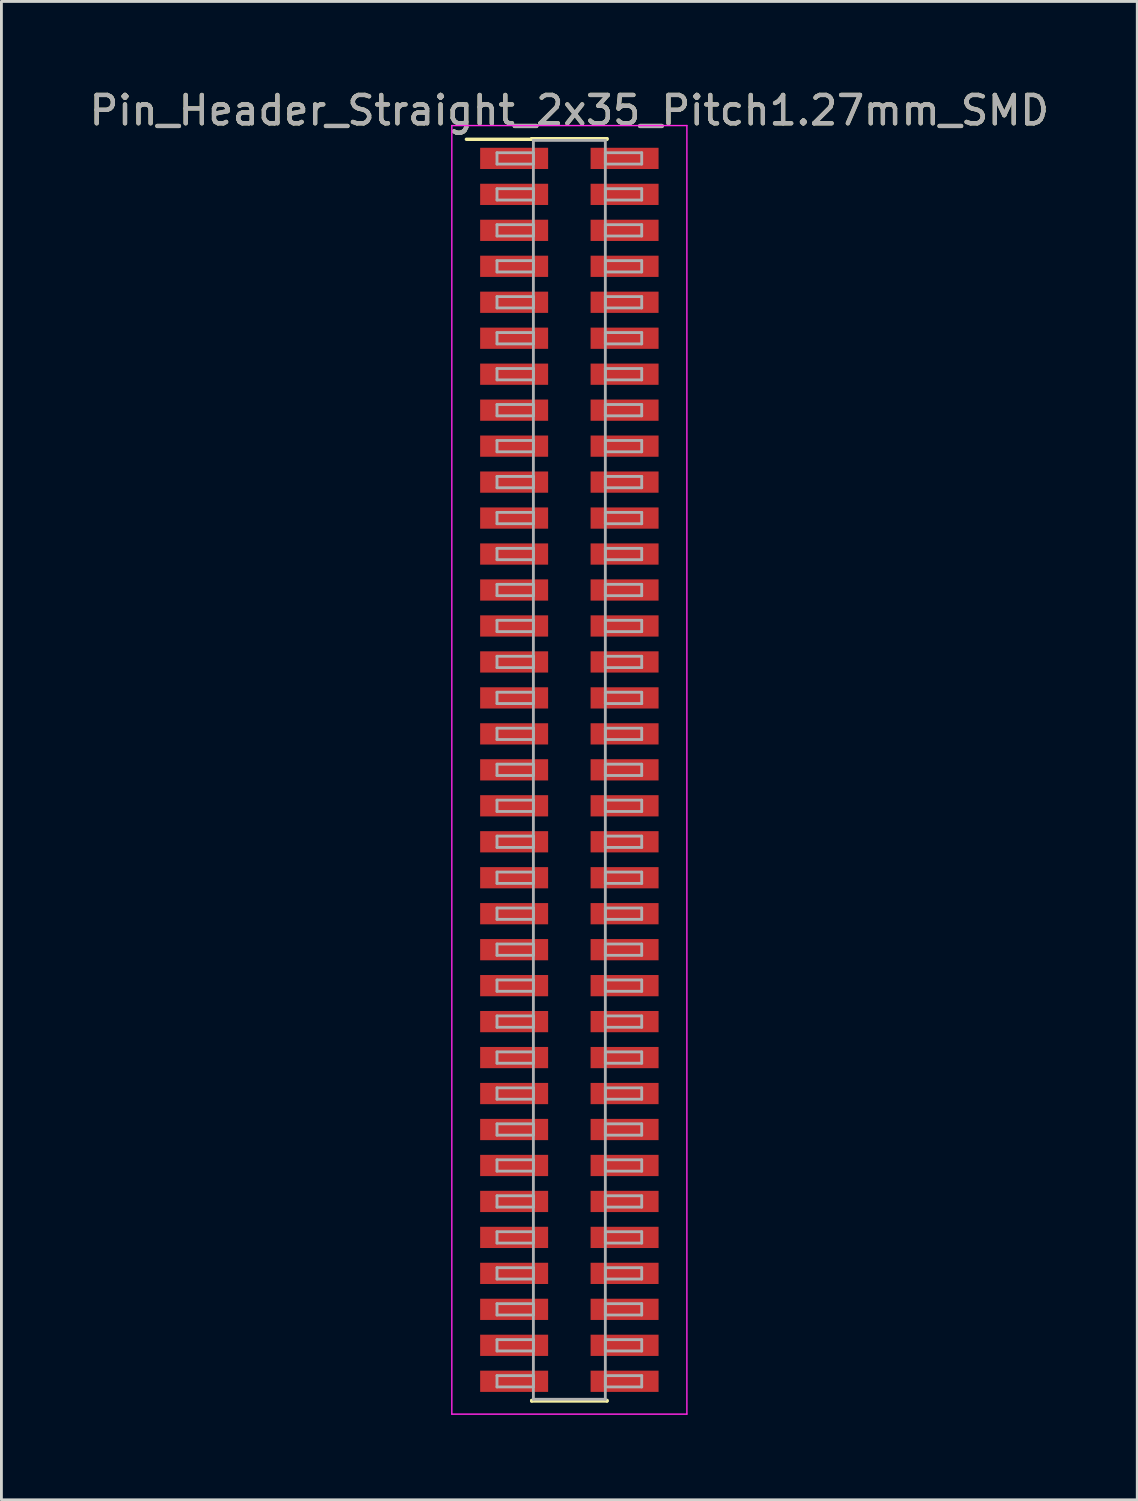
<source format=kicad_pcb>
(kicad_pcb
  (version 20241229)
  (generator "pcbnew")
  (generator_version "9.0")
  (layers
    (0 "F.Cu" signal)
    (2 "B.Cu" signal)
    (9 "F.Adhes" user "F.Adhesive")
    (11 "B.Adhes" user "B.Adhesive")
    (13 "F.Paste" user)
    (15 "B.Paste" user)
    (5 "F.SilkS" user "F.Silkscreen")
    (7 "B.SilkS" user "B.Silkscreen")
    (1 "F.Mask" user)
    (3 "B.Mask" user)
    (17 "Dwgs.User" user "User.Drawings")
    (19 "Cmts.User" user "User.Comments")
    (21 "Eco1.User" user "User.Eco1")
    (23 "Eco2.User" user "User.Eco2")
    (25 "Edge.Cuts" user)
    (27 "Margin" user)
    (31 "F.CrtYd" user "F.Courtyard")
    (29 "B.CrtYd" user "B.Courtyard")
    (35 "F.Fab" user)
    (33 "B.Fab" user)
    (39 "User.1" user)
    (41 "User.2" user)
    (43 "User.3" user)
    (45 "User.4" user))
  (footprint "Pin_Header_Straight_2x35_Pitch1.27mm_SMD"
    (layer "F.Cu")
    (at 17.054 24.133)
    (property "Reference" "Pin_Header_Straight_2x35_Pitch1.27mm_SMD" (at 0 -23.285 0) (layer "F.SilkS") (effects (font (size 1 1) (thickness 0.15))))
    (attr smd)
    (fp_line (start -3.635 -22.265) (end -1.33 -22.265) (stroke (width 0.12) (type solid)) (layer "F.SilkS"))
    (fp_line (start -1.33 -22.285) (end 1.33 -22.285) (stroke (width 0.12) (type solid)) (layer "F.SilkS"))
    (fp_line (start -1.33 -22.265) (end -1.33 -22.285) (stroke (width 0.12) (type solid)) (layer "F.SilkS"))
    (fp_line (start -1.33 22.265) (end -1.33 22.285) (stroke (width 0.12) (type solid)) (layer "F.SilkS"))
    (fp_line (start -1.33 22.285) (end 1.33 22.285) (stroke (width 0.12) (type solid)) (layer "F.SilkS"))
    (fp_line (start 1.33 -22.285) (end 1.33 -22.265) (stroke (width 0.12) (type solid)) (layer "F.SilkS"))
    (fp_line (start 1.33 22.285) (end 1.33 22.265) (stroke (width 0.12) (type solid)) (layer "F.SilkS"))
    (fp_line (start -4.15 -22.75) (end -4.15 22.75) (stroke (width 0.05) (type solid)) (layer "F.CrtYd"))
    (fp_line (start -4.15 22.75) (end 4.15 22.75) (stroke (width 0.05) (type solid)) (layer "F.CrtYd"))
    (fp_line (start 4.15 -22.75) (end -4.15 -22.75) (stroke (width 0.05) (type solid)) (layer "F.CrtYd"))
    (fp_line (start 4.15 22.75) (end 4.15 -22.75) (stroke (width 0.05) (type solid)) (layer "F.CrtYd"))
    (fp_line (start -2.555 -21.79) (end -1.27 -21.79) (stroke (width 0.1) (type solid)) (layer "F.Fab"))
    (fp_line (start -2.555 -21.39) (end -2.555 -21.79) (stroke (width 0.1) (type solid)) (layer "F.Fab"))
    (fp_line (start -2.555 -20.52) (end -1.27 -20.52) (stroke (width 0.1) (type solid)) (layer "F.Fab"))
    (fp_line (start -2.555 -20.12) (end -2.555 -20.52) (stroke (width 0.1) (type solid)) (layer "F.Fab"))
    (fp_line (start -2.555 -19.25) (end -1.27 -19.25) (stroke (width 0.1) (type solid)) (layer "F.Fab"))
    (fp_line (start -2.555 -18.85) (end -2.555 -19.25) (stroke (width 0.1) (type solid)) (layer "F.Fab"))
    (fp_line (start -2.555 -17.98) (end -1.27 -17.98) (stroke (width 0.1) (type solid)) (layer "F.Fab"))
    (fp_line (start -2.555 -17.58) (end -2.555 -17.98) (stroke (width 0.1) (type solid)) (layer "F.Fab"))
    (fp_line (start -2.555 -16.71) (end -1.27 -16.71) (stroke (width 0.1) (type solid)) (layer "F.Fab"))
    (fp_line (start -2.555 -16.31) (end -2.555 -16.71) (stroke (width 0.1) (type solid)) (layer "F.Fab"))
    (fp_line (start -2.555 -15.44) (end -1.27 -15.44) (stroke (width 0.1) (type solid)) (layer "F.Fab"))
    (fp_line (start -2.555 -15.04) (end -2.555 -15.44) (stroke (width 0.1) (type solid)) (layer "F.Fab"))
    (fp_line (start -2.555 -14.17) (end -1.27 -14.17) (stroke (width 0.1) (type solid)) (layer "F.Fab"))
    (fp_line (start -2.555 -13.77) (end -2.555 -14.17) (stroke (width 0.1) (type solid)) (layer "F.Fab"))
    (fp_line (start -2.555 -12.9) (end -1.27 -12.9) (stroke (width 0.1) (type solid)) (layer "F.Fab"))
    (fp_line (start -2.555 -12.5) (end -2.555 -12.9) (stroke (width 0.1) (type solid)) (layer "F.Fab"))
    (fp_line (start -2.555 -11.63) (end -1.27 -11.63) (stroke (width 0.1) (type solid)) (layer "F.Fab"))
    (fp_line (start -2.555 -11.23) (end -2.555 -11.63) (stroke (width 0.1) (type solid)) (layer "F.Fab"))
    (fp_line (start -2.555 -10.36) (end -1.27 -10.36) (stroke (width 0.1) (type solid)) (layer "F.Fab"))
    (fp_line (start -2.555 -9.96) (end -2.555 -10.36) (stroke (width 0.1) (type solid)) (layer "F.Fab"))
    (fp_line (start -2.555 -9.09) (end -1.27 -9.09) (stroke (width 0.1) (type solid)) (layer "F.Fab"))
    (fp_line (start -2.555 -8.69) (end -2.555 -9.09) (stroke (width 0.1) (type solid)) (layer "F.Fab"))
    (fp_line (start -2.555 -7.82) (end -1.27 -7.82) (stroke (width 0.1) (type solid)) (layer "F.Fab"))
    (fp_line (start -2.555 -7.42) (end -2.555 -7.82) (stroke (width 0.1) (type solid)) (layer "F.Fab"))
    (fp_line (start -2.555 -6.55) (end -1.27 -6.55) (stroke (width 0.1) (type solid)) (layer "F.Fab"))
    (fp_line (start -2.555 -6.15) (end -2.555 -6.55) (stroke (width 0.1) (type solid)) (layer "F.Fab"))
    (fp_line (start -2.555 -5.28) (end -1.27 -5.28) (stroke (width 0.1) (type solid)) (layer "F.Fab"))
    (fp_line (start -2.555 -4.88) (end -2.555 -5.28) (stroke (width 0.1) (type solid)) (layer "F.Fab"))
    (fp_line (start -2.555 -4.01) (end -1.27 -4.01) (stroke (width 0.1) (type solid)) (layer "F.Fab"))
    (fp_line (start -2.555 -3.61) (end -2.555 -4.01) (stroke (width 0.1) (type solid)) (layer "F.Fab"))
    (fp_line (start -2.555 -2.74) (end -1.27 -2.74) (stroke (width 0.1) (type solid)) (layer "F.Fab"))
    (fp_line (start -2.555 -2.34) (end -2.555 -2.74) (stroke (width 0.1) (type solid)) (layer "F.Fab"))
    (fp_line (start -2.555 -1.47) (end -1.27 -1.47) (stroke (width 0.1) (type solid)) (layer "F.Fab"))
    (fp_line (start -2.555 -1.07) (end -2.555 -1.47) (stroke (width 0.1) (type solid)) (layer "F.Fab"))
    (fp_line (start -2.555 -0.2) (end -1.27 -0.2) (stroke (width 0.1) (type solid)) (layer "F.Fab"))
    (fp_line (start -2.555 0.2) (end -2.555 -0.2) (stroke (width 0.1) (type solid)) (layer "F.Fab"))
    (fp_line (start -2.555 1.07) (end -1.27 1.07) (stroke (width 0.1) (type solid)) (layer "F.Fab"))
    (fp_line (start -2.555 1.47) (end -2.555 1.07) (stroke (width 0.1) (type solid)) (layer "F.Fab"))
    (fp_line (start -2.555 2.34) (end -1.27 2.34) (stroke (width 0.1) (type solid)) (layer "F.Fab"))
    (fp_line (start -2.555 2.74) (end -2.555 2.34) (stroke (width 0.1) (type solid)) (layer "F.Fab"))
    (fp_line (start -2.555 3.61) (end -1.27 3.61) (stroke (width 0.1) (type solid)) (layer "F.Fab"))
    (fp_line (start -2.555 4.01) (end -2.555 3.61) (stroke (width 0.1) (type solid)) (layer "F.Fab"))
    (fp_line (start -2.555 4.88) (end -1.27 4.88) (stroke (width 0.1) (type solid)) (layer "F.Fab"))
    (fp_line (start -2.555 5.28) (end -2.555 4.88) (stroke (width 0.1) (type solid)) (layer "F.Fab"))
    (fp_line (start -2.555 6.15) (end -1.27 6.15) (stroke (width 0.1) (type solid)) (layer "F.Fab"))
    (fp_line (start -2.555 6.55) (end -2.555 6.15) (stroke (width 0.1) (type solid)) (layer "F.Fab"))
    (fp_line (start -2.555 7.42) (end -1.27 7.42) (stroke (width 0.1) (type solid)) (layer "F.Fab"))
    (fp_line (start -2.555 7.82) (end -2.555 7.42) (stroke (width 0.1) (type solid)) (layer "F.Fab"))
    (fp_line (start -2.555 8.69) (end -1.27 8.69) (stroke (width 0.1) (type solid)) (layer "F.Fab"))
    (fp_line (start -2.555 9.09) (end -2.555 8.69) (stroke (width 0.1) (type solid)) (layer "F.Fab"))
    (fp_line (start -2.555 9.96) (end -1.27 9.96) (stroke (width 0.1) (type solid)) (layer "F.Fab"))
    (fp_line (start -2.555 10.36) (end -2.555 9.96) (stroke (width 0.1) (type solid)) (layer "F.Fab"))
    (fp_line (start -2.555 11.23) (end -1.27 11.23) (stroke (width 0.1) (type solid)) (layer "F.Fab"))
    (fp_line (start -2.555 11.63) (end -2.555 11.23) (stroke (width 0.1) (type solid)) (layer "F.Fab"))
    (fp_line (start -2.555 12.5) (end -1.27 12.5) (stroke (width 0.1) (type solid)) (layer "F.Fab"))
    (fp_line (start -2.555 12.9) (end -2.555 12.5) (stroke (width 0.1) (type solid)) (layer "F.Fab"))
    (fp_line (start -2.555 13.77) (end -1.27 13.77) (stroke (width 0.1) (type solid)) (layer "F.Fab"))
    (fp_line (start -2.555 14.17) (end -2.555 13.77) (stroke (width 0.1) (type solid)) (layer "F.Fab"))
    (fp_line (start -2.555 15.04) (end -1.27 15.04) (stroke (width 0.1) (type solid)) (layer "F.Fab"))
    (fp_line (start -2.555 15.44) (end -2.555 15.04) (stroke (width 0.1) (type solid)) (layer "F.Fab"))
    (fp_line (start -2.555 16.31) (end -1.27 16.31) (stroke (width 0.1) (type solid)) (layer "F.Fab"))
    (fp_line (start -2.555 16.71) (end -2.555 16.31) (stroke (width 0.1) (type solid)) (layer "F.Fab"))
    (fp_line (start -2.555 17.58) (end -1.27 17.58) (stroke (width 0.1) (type solid)) (layer "F.Fab"))
    (fp_line (start -2.555 17.98) (end -2.555 17.58) (stroke (width 0.1) (type solid)) (layer "F.Fab"))
    (fp_line (start -2.555 18.85) (end -1.27 18.85) (stroke (width 0.1) (type solid)) (layer "F.Fab"))
    (fp_line (start -2.555 19.25) (end -2.555 18.85) (stroke (width 0.1) (type solid)) (layer "F.Fab"))
    (fp_line (start -2.555 20.12) (end -1.27 20.12) (stroke (width 0.1) (type solid)) (layer "F.Fab"))
    (fp_line (start -2.555 20.52) (end -2.555 20.12) (stroke (width 0.1) (type solid)) (layer "F.Fab"))
    (fp_line (start -2.555 21.39) (end -1.27 21.39) (stroke (width 0.1) (type solid)) (layer "F.Fab"))
    (fp_line (start -2.555 21.79) (end -2.555 21.39) (stroke (width 0.1) (type solid)) (layer "F.Fab"))
    (fp_line (start -1.27 -22.225) (end -1.27 22.225) (stroke (width 0.1) (type solid)) (layer "F.Fab"))
    (fp_line (start -1.27 -21.79) (end -1.27 -21.39) (stroke (width 0.1) (type solid)) (layer "F.Fab"))
    (fp_line (start -1.27 -21.39) (end -2.555 -21.39) (stroke (width 0.1) (type solid)) (layer "F.Fab"))
    (fp_line (start -1.27 -20.52) (end -1.27 -20.12) (stroke (width 0.1) (type solid)) (layer "F.Fab"))
    (fp_line (start -1.27 -20.12) (end -2.555 -20.12) (stroke (width 0.1) (type solid)) (layer "F.Fab"))
    (fp_line (start -1.27 -19.25) (end -1.27 -18.85) (stroke (width 0.1) (type solid)) (layer "F.Fab"))
    (fp_line (start -1.27 -18.85) (end -2.555 -18.85) (stroke (width 0.1) (type solid)) (layer "F.Fab"))
    (fp_line (start -1.27 -17.98) (end -1.27 -17.58) (stroke (width 0.1) (type solid)) (layer "F.Fab"))
    (fp_line (start -1.27 -17.58) (end -2.555 -17.58) (stroke (width 0.1) (type solid)) (layer "F.Fab"))
    (fp_line (start -1.27 -16.71) (end -1.27 -16.31) (stroke (width 0.1) (type solid)) (layer "F.Fab"))
    (fp_line (start -1.27 -16.31) (end -2.555 -16.31) (stroke (width 0.1) (type solid)) (layer "F.Fab"))
    (fp_line (start -1.27 -15.44) (end -1.27 -15.04) (stroke (width 0.1) (type solid)) (layer "F.Fab"))
    (fp_line (start -1.27 -15.04) (end -2.555 -15.04) (stroke (width 0.1) (type solid)) (layer "F.Fab"))
    (fp_line (start -1.27 -14.17) (end -1.27 -13.77) (stroke (width 0.1) (type solid)) (layer "F.Fab"))
    (fp_line (start -1.27 -13.77) (end -2.555 -13.77) (stroke (width 0.1) (type solid)) (layer "F.Fab"))
    (fp_line (start -1.27 -12.9) (end -1.27 -12.5) (stroke (width 0.1) (type solid)) (layer "F.Fab"))
    (fp_line (start -1.27 -12.5) (end -2.555 -12.5) (stroke (width 0.1) (type solid)) (layer "F.Fab"))
    (fp_line (start -1.27 -11.63) (end -1.27 -11.23) (stroke (width 0.1) (type solid)) (layer "F.Fab"))
    (fp_line (start -1.27 -11.23) (end -2.555 -11.23) (stroke (width 0.1) (type solid)) (layer "F.Fab"))
    (fp_line (start -1.27 -10.36) (end -1.27 -9.96) (stroke (width 0.1) (type solid)) (layer "F.Fab"))
    (fp_line (start -1.27 -9.96) (end -2.555 -9.96) (stroke (width 0.1) (type solid)) (layer "F.Fab"))
    (fp_line (start -1.27 -9.09) (end -1.27 -8.69) (stroke (width 0.1) (type solid)) (layer "F.Fab"))
    (fp_line (start -1.27 -8.69) (end -2.555 -8.69) (stroke (width 0.1) (type solid)) (layer "F.Fab"))
    (fp_line (start -1.27 -7.82) (end -1.27 -7.42) (stroke (width 0.1) (type solid)) (layer "F.Fab"))
    (fp_line (start -1.27 -7.42) (end -2.555 -7.42) (stroke (width 0.1) (type solid)) (layer "F.Fab"))
    (fp_line (start -1.27 -6.55) (end -1.27 -6.15) (stroke (width 0.1) (type solid)) (layer "F.Fab"))
    (fp_line (start -1.27 -6.15) (end -2.555 -6.15) (stroke (width 0.1) (type solid)) (layer "F.Fab"))
    (fp_line (start -1.27 -5.28) (end -1.27 -4.88) (stroke (width 0.1) (type solid)) (layer "F.Fab"))
    (fp_line (start -1.27 -4.88) (end -2.555 -4.88) (stroke (width 0.1) (type solid)) (layer "F.Fab"))
    (fp_line (start -1.27 -4.01) (end -1.27 -3.61) (stroke (width 0.1) (type solid)) (layer "F.Fab"))
    (fp_line (start -1.27 -3.61) (end -2.555 -3.61) (stroke (width 0.1) (type solid)) (layer "F.Fab"))
    (fp_line (start -1.27 -2.74) (end -1.27 -2.34) (stroke (width 0.1) (type solid)) (layer "F.Fab"))
    (fp_line (start -1.27 -2.34) (end -2.555 -2.34) (stroke (width 0.1) (type solid)) (layer "F.Fab"))
    (fp_line (start -1.27 -1.47) (end -1.27 -1.07) (stroke (width 0.1) (type solid)) (layer "F.Fab"))
    (fp_line (start -1.27 -1.07) (end -2.555 -1.07) (stroke (width 0.1) (type solid)) (layer "F.Fab"))
    (fp_line (start -1.27 -0.2) (end -1.27 0.2) (stroke (width 0.1) (type solid)) (layer "F.Fab"))
    (fp_line (start -1.27 0.2) (end -2.555 0.2) (stroke (width 0.1) (type solid)) (layer "F.Fab"))
    (fp_line (start -1.27 1.07) (end -1.27 1.47) (stroke (width 0.1) (type solid)) (layer "F.Fab"))
    (fp_line (start -1.27 1.47) (end -2.555 1.47) (stroke (width 0.1) (type solid)) (layer "F.Fab"))
    (fp_line (start -1.27 2.34) (end -1.27 2.74) (stroke (width 0.1) (type solid)) (layer "F.Fab"))
    (fp_line (start -1.27 2.74) (end -2.555 2.74) (stroke (width 0.1) (type solid)) (layer "F.Fab"))
    (fp_line (start -1.27 3.61) (end -1.27 4.01) (stroke (width 0.1) (type solid)) (layer "F.Fab"))
    (fp_line (start -1.27 4.01) (end -2.555 4.01) (stroke (width 0.1) (type solid)) (layer "F.Fab"))
    (fp_line (start -1.27 4.88) (end -1.27 5.28) (stroke (width 0.1) (type solid)) (layer "F.Fab"))
    (fp_line (start -1.27 5.28) (end -2.555 5.28) (stroke (width 0.1) (type solid)) (layer "F.Fab"))
    (fp_line (start -1.27 6.15) (end -1.27 6.55) (stroke (width 0.1) (type solid)) (layer "F.Fab"))
    (fp_line (start -1.27 6.55) (end -2.555 6.55) (stroke (width 0.1) (type solid)) (layer "F.Fab"))
    (fp_line (start -1.27 7.42) (end -1.27 7.82) (stroke (width 0.1) (type solid)) (layer "F.Fab"))
    (fp_line (start -1.27 7.82) (end -2.555 7.82) (stroke (width 0.1) (type solid)) (layer "F.Fab"))
    (fp_line (start -1.27 8.69) (end -1.27 9.09) (stroke (width 0.1) (type solid)) (layer "F.Fab"))
    (fp_line (start -1.27 9.09) (end -2.555 9.09) (stroke (width 0.1) (type solid)) (layer "F.Fab"))
    (fp_line (start -1.27 9.96) (end -1.27 10.36) (stroke (width 0.1) (type solid)) (layer "F.Fab"))
    (fp_line (start -1.27 10.36) (end -2.555 10.36) (stroke (width 0.1) (type solid)) (layer "F.Fab"))
    (fp_line (start -1.27 11.23) (end -1.27 11.63) (stroke (width 0.1) (type solid)) (layer "F.Fab"))
    (fp_line (start -1.27 11.63) (end -2.555 11.63) (stroke (width 0.1) (type solid)) (layer "F.Fab"))
    (fp_line (start -1.27 12.5) (end -1.27 12.9) (stroke (width 0.1) (type solid)) (layer "F.Fab"))
    (fp_line (start -1.27 12.9) (end -2.555 12.9) (stroke (width 0.1) (type solid)) (layer "F.Fab"))
    (fp_line (start -1.27 13.77) (end -1.27 14.17) (stroke (width 0.1) (type solid)) (layer "F.Fab"))
    (fp_line (start -1.27 14.17) (end -2.555 14.17) (stroke (width 0.1) (type solid)) (layer "F.Fab"))
    (fp_line (start -1.27 15.04) (end -1.27 15.44) (stroke (width 0.1) (type solid)) (layer "F.Fab"))
    (fp_line (start -1.27 15.44) (end -2.555 15.44) (stroke (width 0.1) (type solid)) (layer "F.Fab"))
    (fp_line (start -1.27 16.31) (end -1.27 16.71) (stroke (width 0.1) (type solid)) (layer "F.Fab"))
    (fp_line (start -1.27 16.71) (end -2.555 16.71) (stroke (width 0.1) (type solid)) (layer "F.Fab"))
    (fp_line (start -1.27 17.58) (end -1.27 17.98) (stroke (width 0.1) (type solid)) (layer "F.Fab"))
    (fp_line (start -1.27 17.98) (end -2.555 17.98) (stroke (width 0.1) (type solid)) (layer "F.Fab"))
    (fp_line (start -1.27 18.85) (end -1.27 19.25) (stroke (width 0.1) (type solid)) (layer "F.Fab"))
    (fp_line (start -1.27 19.25) (end -2.555 19.25) (stroke (width 0.1) (type solid)) (layer "F.Fab"))
    (fp_line (start -1.27 20.12) (end -1.27 20.52) (stroke (width 0.1) (type solid)) (layer "F.Fab"))
    (fp_line (start -1.27 20.52) (end -2.555 20.52) (stroke (width 0.1) (type solid)) (layer "F.Fab"))
    (fp_line (start -1.27 21.39) (end -1.27 21.79) (stroke (width 0.1) (type solid)) (layer "F.Fab"))
    (fp_line (start -1.27 21.79) (end -2.555 21.79) (stroke (width 0.1) (type solid)) (layer "F.Fab"))
    (fp_line (start -1.27 22.225) (end 1.27 22.225) (stroke (width 0.1) (type solid)) (layer "F.Fab"))
    (fp_line (start 1.27 -22.225) (end -1.27 -22.225) (stroke (width 0.1) (type solid)) (layer "F.Fab"))
    (fp_line (start 1.27 -21.79) (end 1.27 -21.39) (stroke (width 0.1) (type solid)) (layer "F.Fab"))
    (fp_line (start 1.27 -21.39) (end 2.555 -21.39) (stroke (width 0.1) (type solid)) (layer "F.Fab"))
    (fp_line (start 1.27 -20.52) (end 1.27 -20.12) (stroke (width 0.1) (type solid)) (layer "F.Fab"))
    (fp_line (start 1.27 -20.12) (end 2.555 -20.12) (stroke (width 0.1) (type solid)) (layer "F.Fab"))
    (fp_line (start 1.27 -19.25) (end 1.27 -18.85) (stroke (width 0.1) (type solid)) (layer "F.Fab"))
    (fp_line (start 1.27 -18.85) (end 2.555 -18.85) (stroke (width 0.1) (type solid)) (layer "F.Fab"))
    (fp_line (start 1.27 -17.98) (end 1.27 -17.58) (stroke (width 0.1) (type solid)) (layer "F.Fab"))
    (fp_line (start 1.27 -17.58) (end 2.555 -17.58) (stroke (width 0.1) (type solid)) (layer "F.Fab"))
    (fp_line (start 1.27 -16.71) (end 1.27 -16.31) (stroke (width 0.1) (type solid)) (layer "F.Fab"))
    (fp_line (start 1.27 -16.31) (end 2.555 -16.31) (stroke (width 0.1) (type solid)) (layer "F.Fab"))
    (fp_line (start 1.27 -15.44) (end 1.27 -15.04) (stroke (width 0.1) (type solid)) (layer "F.Fab"))
    (fp_line (start 1.27 -15.04) (end 2.555 -15.04) (stroke (width 0.1) (type solid)) (layer "F.Fab"))
    (fp_line (start 1.27 -14.17) (end 1.27 -13.77) (stroke (width 0.1) (type solid)) (layer "F.Fab"))
    (fp_line (start 1.27 -13.77) (end 2.555 -13.77) (stroke (width 0.1) (type solid)) (layer "F.Fab"))
    (fp_line (start 1.27 -12.9) (end 1.27 -12.5) (stroke (width 0.1) (type solid)) (layer "F.Fab"))
    (fp_line (start 1.27 -12.5) (end 2.555 -12.5) (stroke (width 0.1) (type solid)) (layer "F.Fab"))
    (fp_line (start 1.27 -11.63) (end 1.27 -11.23) (stroke (width 0.1) (type solid)) (layer "F.Fab"))
    (fp_line (start 1.27 -11.23) (end 2.555 -11.23) (stroke (width 0.1) (type solid)) (layer "F.Fab"))
    (fp_line (start 1.27 -10.36) (end 1.27 -9.96) (stroke (width 0.1) (type solid)) (layer "F.Fab"))
    (fp_line (start 1.27 -9.96) (end 2.555 -9.96) (stroke (width 0.1) (type solid)) (layer "F.Fab"))
    (fp_line (start 1.27 -9.09) (end 1.27 -8.69) (stroke (width 0.1) (type solid)) (layer "F.Fab"))
    (fp_line (start 1.27 -8.69) (end 2.555 -8.69) (stroke (width 0.1) (type solid)) (layer "F.Fab"))
    (fp_line (start 1.27 -7.82) (end 1.27 -7.42) (stroke (width 0.1) (type solid)) (layer "F.Fab"))
    (fp_line (start 1.27 -7.42) (end 2.555 -7.42) (stroke (width 0.1) (type solid)) (layer "F.Fab"))
    (fp_line (start 1.27 -6.55) (end 1.27 -6.15) (stroke (width 0.1) (type solid)) (layer "F.Fab"))
    (fp_line (start 1.27 -6.15) (end 2.555 -6.15) (stroke (width 0.1) (type solid)) (layer "F.Fab"))
    (fp_line (start 1.27 -5.28) (end 1.27 -4.88) (stroke (width 0.1) (type solid)) (layer "F.Fab"))
    (fp_line (start 1.27 -4.88) (end 2.555 -4.88) (stroke (width 0.1) (type solid)) (layer "F.Fab"))
    (fp_line (start 1.27 -4.01) (end 1.27 -3.61) (stroke (width 0.1) (type solid)) (layer "F.Fab"))
    (fp_line (start 1.27 -3.61) (end 2.555 -3.61) (stroke (width 0.1) (type solid)) (layer "F.Fab"))
    (fp_line (start 1.27 -2.74) (end 1.27 -2.34) (stroke (width 0.1) (type solid)) (layer "F.Fab"))
    (fp_line (start 1.27 -2.34) (end 2.555 -2.34) (stroke (width 0.1) (type solid)) (layer "F.Fab"))
    (fp_line (start 1.27 -1.47) (end 1.27 -1.07) (stroke (width 0.1) (type solid)) (layer "F.Fab"))
    (fp_line (start 1.27 -1.07) (end 2.555 -1.07) (stroke (width 0.1) (type solid)) (layer "F.Fab"))
    (fp_line (start 1.27 -0.2) (end 1.27 0.2) (stroke (width 0.1) (type solid)) (layer "F.Fab"))
    (fp_line (start 1.27 0.2) (end 2.555 0.2) (stroke (width 0.1) (type solid)) (layer "F.Fab"))
    (fp_line (start 1.27 1.07) (end 1.27 1.47) (stroke (width 0.1) (type solid)) (layer "F.Fab"))
    (fp_line (start 1.27 1.47) (end 2.555 1.47) (stroke (width 0.1) (type solid)) (layer "F.Fab"))
    (fp_line (start 1.27 2.34) (end 1.27 2.74) (stroke (width 0.1) (type solid)) (layer "F.Fab"))
    (fp_line (start 1.27 2.74) (end 2.555 2.74) (stroke (width 0.1) (type solid)) (layer "F.Fab"))
    (fp_line (start 1.27 3.61) (end 1.27 4.01) (stroke (width 0.1) (type solid)) (layer "F.Fab"))
    (fp_line (start 1.27 4.01) (end 2.555 4.01) (stroke (width 0.1) (type solid)) (layer "F.Fab"))
    (fp_line (start 1.27 4.88) (end 1.27 5.28) (stroke (width 0.1) (type solid)) (layer "F.Fab"))
    (fp_line (start 1.27 5.28) (end 2.555 5.28) (stroke (width 0.1) (type solid)) (layer "F.Fab"))
    (fp_line (start 1.27 6.15) (end 1.27 6.55) (stroke (width 0.1) (type solid)) (layer "F.Fab"))
    (fp_line (start 1.27 6.55) (end 2.555 6.55) (stroke (width 0.1) (type solid)) (layer "F.Fab"))
    (fp_line (start 1.27 7.42) (end 1.27 7.82) (stroke (width 0.1) (type solid)) (layer "F.Fab"))
    (fp_line (start 1.27 7.82) (end 2.555 7.82) (stroke (width 0.1) (type solid)) (layer "F.Fab"))
    (fp_line (start 1.27 8.69) (end 1.27 9.09) (stroke (width 0.1) (type solid)) (layer "F.Fab"))
    (fp_line (start 1.27 9.09) (end 2.555 9.09) (stroke (width 0.1) (type solid)) (layer "F.Fab"))
    (fp_line (start 1.27 9.96) (end 1.27 10.36) (stroke (width 0.1) (type solid)) (layer "F.Fab"))
    (fp_line (start 1.27 10.36) (end 2.555 10.36) (stroke (width 0.1) (type solid)) (layer "F.Fab"))
    (fp_line (start 1.27 11.23) (end 1.27 11.63) (stroke (width 0.1) (type solid)) (layer "F.Fab"))
    (fp_line (start 1.27 11.63) (end 2.555 11.63) (stroke (width 0.1) (type solid)) (layer "F.Fab"))
    (fp_line (start 1.27 12.5) (end 1.27 12.9) (stroke (width 0.1) (type solid)) (layer "F.Fab"))
    (fp_line (start 1.27 12.9) (end 2.555 12.9) (stroke (width 0.1) (type solid)) (layer "F.Fab"))
    (fp_line (start 1.27 13.77) (end 1.27 14.17) (stroke (width 0.1) (type solid)) (layer "F.Fab"))
    (fp_line (start 1.27 14.17) (end 2.555 14.17) (stroke (width 0.1) (type solid)) (layer "F.Fab"))
    (fp_line (start 1.27 15.04) (end 1.27 15.44) (stroke (width 0.1) (type solid)) (layer "F.Fab"))
    (fp_line (start 1.27 15.44) (end 2.555 15.44) (stroke (width 0.1) (type solid)) (layer "F.Fab"))
    (fp_line (start 1.27 16.31) (end 1.27 16.71) (stroke (width 0.1) (type solid)) (layer "F.Fab"))
    (fp_line (start 1.27 16.71) (end 2.555 16.71) (stroke (width 0.1) (type solid)) (layer "F.Fab"))
    (fp_line (start 1.27 17.58) (end 1.27 17.98) (stroke (width 0.1) (type solid)) (layer "F.Fab"))
    (fp_line (start 1.27 17.98) (end 2.555 17.98) (stroke (width 0.1) (type solid)) (layer "F.Fab"))
    (fp_line (start 1.27 18.85) (end 1.27 19.25) (stroke (width 0.1) (type solid)) (layer "F.Fab"))
    (fp_line (start 1.27 19.25) (end 2.555 19.25) (stroke (width 0.1) (type solid)) (layer "F.Fab"))
    (fp_line (start 1.27 20.12) (end 1.27 20.52) (stroke (width 0.1) (type solid)) (layer "F.Fab"))
    (fp_line (start 1.27 20.52) (end 2.555 20.52) (stroke (width 0.1) (type solid)) (layer "F.Fab"))
    (fp_line (start 1.27 21.39) (end 1.27 21.79) (stroke (width 0.1) (type solid)) (layer "F.Fab"))
    (fp_line (start 1.27 21.79) (end 2.555 21.79) (stroke (width 0.1) (type solid)) (layer "F.Fab"))
    (fp_line (start 1.27 22.225) (end 1.27 -22.225) (stroke (width 0.1) (type solid)) (layer "F.Fab"))
    (fp_line (start 2.555 -21.79) (end 1.27 -21.79) (stroke (width 0.1) (type solid)) (layer "F.Fab"))
    (fp_line (start 2.555 -21.39) (end 2.555 -21.79) (stroke (width 0.1) (type solid)) (layer "F.Fab"))
    (fp_line (start 2.555 -20.52) (end 1.27 -20.52) (stroke (width 0.1) (type solid)) (layer "F.Fab"))
    (fp_line (start 2.555 -20.12) (end 2.555 -20.52) (stroke (width 0.1) (type solid)) (layer "F.Fab"))
    (fp_line (start 2.555 -19.25) (end 1.27 -19.25) (stroke (width 0.1) (type solid)) (layer "F.Fab"))
    (fp_line (start 2.555 -18.85) (end 2.555 -19.25) (stroke (width 0.1) (type solid)) (layer "F.Fab"))
    (fp_line (start 2.555 -17.98) (end 1.27 -17.98) (stroke (width 0.1) (type solid)) (layer "F.Fab"))
    (fp_line (start 2.555 -17.58) (end 2.555 -17.98) (stroke (width 0.1) (type solid)) (layer "F.Fab"))
    (fp_line (start 2.555 -16.71) (end 1.27 -16.71) (stroke (width 0.1) (type solid)) (layer "F.Fab"))
    (fp_line (start 2.555 -16.31) (end 2.555 -16.71) (stroke (width 0.1) (type solid)) (layer "F.Fab"))
    (fp_line (start 2.555 -15.44) (end 1.27 -15.44) (stroke (width 0.1) (type solid)) (layer "F.Fab"))
    (fp_line (start 2.555 -15.04) (end 2.555 -15.44) (stroke (width 0.1) (type solid)) (layer "F.Fab"))
    (fp_line (start 2.555 -14.17) (end 1.27 -14.17) (stroke (width 0.1) (type solid)) (layer "F.Fab"))
    (fp_line (start 2.555 -13.77) (end 2.555 -14.17) (stroke (width 0.1) (type solid)) (layer "F.Fab"))
    (fp_line (start 2.555 -12.9) (end 1.27 -12.9) (stroke (width 0.1) (type solid)) (layer "F.Fab"))
    (fp_line (start 2.555 -12.5) (end 2.555 -12.9) (stroke (width 0.1) (type solid)) (layer "F.Fab"))
    (fp_line (start 2.555 -11.63) (end 1.27 -11.63) (stroke (width 0.1) (type solid)) (layer "F.Fab"))
    (fp_line (start 2.555 -11.23) (end 2.555 -11.63) (stroke (width 0.1) (type solid)) (layer "F.Fab"))
    (fp_line (start 2.555 -10.36) (end 1.27 -10.36) (stroke (width 0.1) (type solid)) (layer "F.Fab"))
    (fp_line (start 2.555 -9.96) (end 2.555 -10.36) (stroke (width 0.1) (type solid)) (layer "F.Fab"))
    (fp_line (start 2.555 -9.09) (end 1.27 -9.09) (stroke (width 0.1) (type solid)) (layer "F.Fab"))
    (fp_line (start 2.555 -8.69) (end 2.555 -9.09) (stroke (width 0.1) (type solid)) (layer "F.Fab"))
    (fp_line (start 2.555 -7.82) (end 1.27 -7.82) (stroke (width 0.1) (type solid)) (layer "F.Fab"))
    (fp_line (start 2.555 -7.42) (end 2.555 -7.82) (stroke (width 0.1) (type solid)) (layer "F.Fab"))
    (fp_line (start 2.555 -6.55) (end 1.27 -6.55) (stroke (width 0.1) (type solid)) (layer "F.Fab"))
    (fp_line (start 2.555 -6.15) (end 2.555 -6.55) (stroke (width 0.1) (type solid)) (layer "F.Fab"))
    (fp_line (start 2.555 -5.28) (end 1.27 -5.28) (stroke (width 0.1) (type solid)) (layer "F.Fab"))
    (fp_line (start 2.555 -4.88) (end 2.555 -5.28) (stroke (width 0.1) (type solid)) (layer "F.Fab"))
    (fp_line (start 2.555 -4.01) (end 1.27 -4.01) (stroke (width 0.1) (type solid)) (layer "F.Fab"))
    (fp_line (start 2.555 -3.61) (end 2.555 -4.01) (stroke (width 0.1) (type solid)) (layer "F.Fab"))
    (fp_line (start 2.555 -2.74) (end 1.27 -2.74) (stroke (width 0.1) (type solid)) (layer "F.Fab"))
    (fp_line (start 2.555 -2.34) (end 2.555 -2.74) (stroke (width 0.1) (type solid)) (layer "F.Fab"))
    (fp_line (start 2.555 -1.47) (end 1.27 -1.47) (stroke (width 0.1) (type solid)) (layer "F.Fab"))
    (fp_line (start 2.555 -1.07) (end 2.555 -1.47) (stroke (width 0.1) (type solid)) (layer "F.Fab"))
    (fp_line (start 2.555 -0.2) (end 1.27 -0.2) (stroke (width 0.1) (type solid)) (layer "F.Fab"))
    (fp_line (start 2.555 0.2) (end 2.555 -0.2) (stroke (width 0.1) (type solid)) (layer "F.Fab"))
    (fp_line (start 2.555 1.07) (end 1.27 1.07) (stroke (width 0.1) (type solid)) (layer "F.Fab"))
    (fp_line (start 2.555 1.47) (end 2.555 1.07) (stroke (width 0.1) (type solid)) (layer "F.Fab"))
    (fp_line (start 2.555 2.34) (end 1.27 2.34) (stroke (width 0.1) (type solid)) (layer "F.Fab"))
    (fp_line (start 2.555 2.74) (end 2.555 2.34) (stroke (width 0.1) (type solid)) (layer "F.Fab"))
    (fp_line (start 2.555 3.61) (end 1.27 3.61) (stroke (width 0.1) (type solid)) (layer "F.Fab"))
    (fp_line (start 2.555 4.01) (end 2.555 3.61) (stroke (width 0.1) (type solid)) (layer "F.Fab"))
    (fp_line (start 2.555 4.88) (end 1.27 4.88) (stroke (width 0.1) (type solid)) (layer "F.Fab"))
    (fp_line (start 2.555 5.28) (end 2.555 4.88) (stroke (width 0.1) (type solid)) (layer "F.Fab"))
    (fp_line (start 2.555 6.15) (end 1.27 6.15) (stroke (width 0.1) (type solid)) (layer "F.Fab"))
    (fp_line (start 2.555 6.55) (end 2.555 6.15) (stroke (width 0.1) (type solid)) (layer "F.Fab"))
    (fp_line (start 2.555 7.42) (end 1.27 7.42) (stroke (width 0.1) (type solid)) (layer "F.Fab"))
    (fp_line (start 2.555 7.82) (end 2.555 7.42) (stroke (width 0.1) (type solid)) (layer "F.Fab"))
    (fp_line (start 2.555 8.69) (end 1.27 8.69) (stroke (width 0.1) (type solid)) (layer "F.Fab"))
    (fp_line (start 2.555 9.09) (end 2.555 8.69) (stroke (width 0.1) (type solid)) (layer "F.Fab"))
    (fp_line (start 2.555 9.96) (end 1.27 9.96) (stroke (width 0.1) (type solid)) (layer "F.Fab"))
    (fp_line (start 2.555 10.36) (end 2.555 9.96) (stroke (width 0.1) (type solid)) (layer "F.Fab"))
    (fp_line (start 2.555 11.23) (end 1.27 11.23) (stroke (width 0.1) (type solid)) (layer "F.Fab"))
    (fp_line (start 2.555 11.63) (end 2.555 11.23) (stroke (width 0.1) (type solid)) (layer "F.Fab"))
    (fp_line (start 2.555 12.5) (end 1.27 12.5) (stroke (width 0.1) (type solid)) (layer "F.Fab"))
    (fp_line (start 2.555 12.9) (end 2.555 12.5) (stroke (width 0.1) (type solid)) (layer "F.Fab"))
    (fp_line (start 2.555 13.77) (end 1.27 13.77) (stroke (width 0.1) (type solid)) (layer "F.Fab"))
    (fp_line (start 2.555 14.17) (end 2.555 13.77) (stroke (width 0.1) (type solid)) (layer "F.Fab"))
    (fp_line (start 2.555 15.04) (end 1.27 15.04) (stroke (width 0.1) (type solid)) (layer "F.Fab"))
    (fp_line (start 2.555 15.44) (end 2.555 15.04) (stroke (width 0.1) (type solid)) (layer "F.Fab"))
    (fp_line (start 2.555 16.31) (end 1.27 16.31) (stroke (width 0.1) (type solid)) (layer "F.Fab"))
    (fp_line (start 2.555 16.71) (end 2.555 16.31) (stroke (width 0.1) (type solid)) (layer "F.Fab"))
    (fp_line (start 2.555 17.58) (end 1.27 17.58) (stroke (width 0.1) (type solid)) (layer "F.Fab"))
    (fp_line (start 2.555 17.98) (end 2.555 17.58) (stroke (width 0.1) (type solid)) (layer "F.Fab"))
    (fp_line (start 2.555 18.85) (end 1.27 18.85) (stroke (width 0.1) (type solid)) (layer "F.Fab"))
    (fp_line (start 2.555 19.25) (end 2.555 18.85) (stroke (width 0.1) (type solid)) (layer "F.Fab"))
    (fp_line (start 2.555 20.12) (end 1.27 20.12) (stroke (width 0.1) (type solid)) (layer "F.Fab"))
    (fp_line (start 2.555 20.52) (end 2.555 20.12) (stroke (width 0.1) (type solid)) (layer "F.Fab"))
    (fp_line (start 2.555 21.39) (end 1.27 21.39) (stroke (width 0.1) (type solid)) (layer "F.Fab"))
    (fp_line (start 2.555 21.79) (end 2.555 21.39) (stroke (width 0.1) (type solid)) (layer "F.Fab"))
    (fp_text user "${REFERENCE}" (at 0 -23.285 0) (layer "F.Fab") (effects (font (size 1 1) (thickness 0.15))))
    (pad "1" smd rect (at -1.95 -21.59) (size 2.4 0.75) (layers "F.Cu" "F.Mask" "F.Paste"))
    (pad "2" smd rect (at 1.95 -21.59) (size 2.4 0.75) (layers "F.Cu" "F.Mask" "F.Paste"))
    (pad "3" smd rect (at -1.95 -20.32) (size 2.4 0.75) (layers "F.Cu" "F.Mask" "F.Paste"))
    (pad "4" smd rect (at 1.95 -20.32) (size 2.4 0.75) (layers "F.Cu" "F.Mask" "F.Paste"))
    (pad "5" smd rect (at -1.95 -19.05) (size 2.4 0.75) (layers "F.Cu" "F.Mask" "F.Paste"))
    (pad "6" smd rect (at 1.95 -19.05) (size 2.4 0.75) (layers "F.Cu" "F.Mask" "F.Paste"))
    (pad "7" smd rect (at -1.95 -17.78) (size 2.4 0.75) (layers "F.Cu" "F.Mask" "F.Paste"))
    (pad "8" smd rect (at 1.95 -17.78) (size 2.4 0.75) (layers "F.Cu" "F.Mask" "F.Paste"))
    (pad "9" smd rect (at -1.95 -16.51) (size 2.4 0.75) (layers "F.Cu" "F.Mask" "F.Paste"))
    (pad "10" smd rect (at 1.95 -16.51) (size 2.4 0.75) (layers "F.Cu" "F.Mask" "F.Paste"))
    (pad "11" smd rect (at -1.95 -15.24) (size 2.4 0.75) (layers "F.Cu" "F.Mask" "F.Paste"))
    (pad "12" smd rect (at 1.95 -15.24) (size 2.4 0.75) (layers "F.Cu" "F.Mask" "F.Paste"))
    (pad "13" smd rect (at -1.95 -13.97) (size 2.4 0.75) (layers "F.Cu" "F.Mask" "F.Paste"))
    (pad "14" smd rect (at 1.95 -13.97) (size 2.4 0.75) (layers "F.Cu" "F.Mask" "F.Paste"))
    (pad "15" smd rect (at -1.95 -12.7) (size 2.4 0.75) (layers "F.Cu" "F.Mask" "F.Paste"))
    (pad "16" smd rect (at 1.95 -12.7) (size 2.4 0.75) (layers "F.Cu" "F.Mask" "F.Paste"))
    (pad "17" smd rect (at -1.95 -11.43) (size 2.4 0.75) (layers "F.Cu" "F.Mask" "F.Paste"))
    (pad "18" smd rect (at 1.95 -11.43) (size 2.4 0.75) (layers "F.Cu" "F.Mask" "F.Paste"))
    (pad "19" smd rect (at -1.95 -10.16) (size 2.4 0.75) (layers "F.Cu" "F.Mask" "F.Paste"))
    (pad "20" smd rect (at 1.95 -10.16) (size 2.4 0.75) (layers "F.Cu" "F.Mask" "F.Paste"))
    (pad "21" smd rect (at -1.95 -8.89) (size 2.4 0.75) (layers "F.Cu" "F.Mask" "F.Paste"))
    (pad "22" smd rect (at 1.95 -8.89) (size 2.4 0.75) (layers "F.Cu" "F.Mask" "F.Paste"))
    (pad "23" smd rect (at -1.95 -7.62) (size 2.4 0.75) (layers "F.Cu" "F.Mask" "F.Paste"))
    (pad "24" smd rect (at 1.95 -7.62) (size 2.4 0.75) (layers "F.Cu" "F.Mask" "F.Paste"))
    (pad "25" smd rect (at -1.95 -6.35) (size 2.4 0.75) (layers "F.Cu" "F.Mask" "F.Paste"))
    (pad "26" smd rect (at 1.95 -6.35) (size 2.4 0.75) (layers "F.Cu" "F.Mask" "F.Paste"))
    (pad "27" smd rect (at -1.95 -5.08) (size 2.4 0.75) (layers "F.Cu" "F.Mask" "F.Paste"))
    (pad "28" smd rect (at 1.95 -5.08) (size 2.4 0.75) (layers "F.Cu" "F.Mask" "F.Paste"))
    (pad "29" smd rect (at -1.95 -3.81) (size 2.4 0.75) (layers "F.Cu" "F.Mask" "F.Paste"))
    (pad "30" smd rect (at 1.95 -3.81) (size 2.4 0.75) (layers "F.Cu" "F.Mask" "F.Paste"))
    (pad "31" smd rect (at -1.95 -2.54) (size 2.4 0.75) (layers "F.Cu" "F.Mask" "F.Paste"))
    (pad "32" smd rect (at 1.95 -2.54) (size 2.4 0.75) (layers "F.Cu" "F.Mask" "F.Paste"))
    (pad "33" smd rect (at -1.95 -1.27) (size 2.4 0.75) (layers "F.Cu" "F.Mask" "F.Paste"))
    (pad "34" smd rect (at 1.95 -1.27) (size 2.4 0.75) (layers "F.Cu" "F.Mask" "F.Paste"))
    (pad "35" smd rect (at -1.95 0) (size 2.4 0.75) (layers "F.Cu" "F.Mask" "F.Paste"))
    (pad "36" smd rect (at 1.95 0) (size 2.4 0.75) (layers "F.Cu" "F.Mask" "F.Paste"))
    (pad "37" smd rect (at -1.95 1.27) (size 2.4 0.75) (layers "F.Cu" "F.Mask" "F.Paste"))
    (pad "38" smd rect (at 1.95 1.27) (size 2.4 0.75) (layers "F.Cu" "F.Mask" "F.Paste"))
    (pad "39" smd rect (at -1.95 2.54) (size 2.4 0.75) (layers "F.Cu" "F.Mask" "F.Paste"))
    (pad "40" smd rect (at 1.95 2.54) (size 2.4 0.75) (layers "F.Cu" "F.Mask" "F.Paste"))
    (pad "41" smd rect (at -1.95 3.81) (size 2.4 0.75) (layers "F.Cu" "F.Mask" "F.Paste"))
    (pad "42" smd rect (at 1.95 3.81) (size 2.4 0.75) (layers "F.Cu" "F.Mask" "F.Paste"))
    (pad "43" smd rect (at -1.95 5.08) (size 2.4 0.75) (layers "F.Cu" "F.Mask" "F.Paste"))
    (pad "44" smd rect (at 1.95 5.08) (size 2.4 0.75) (layers "F.Cu" "F.Mask" "F.Paste"))
    (pad "45" smd rect (at -1.95 6.35) (size 2.4 0.75) (layers "F.Cu" "F.Mask" "F.Paste"))
    (pad "46" smd rect (at 1.95 6.35) (size 2.4 0.75) (layers "F.Cu" "F.Mask" "F.Paste"))
    (pad "47" smd rect (at -1.95 7.62) (size 2.4 0.75) (layers "F.Cu" "F.Mask" "F.Paste"))
    (pad "48" smd rect (at 1.95 7.62) (size 2.4 0.75) (layers "F.Cu" "F.Mask" "F.Paste"))
    (pad "49" smd rect (at -1.95 8.89) (size 2.4 0.75) (layers "F.Cu" "F.Mask" "F.Paste"))
    (pad "50" smd rect (at 1.95 8.89) (size 2.4 0.75) (layers "F.Cu" "F.Mask" "F.Paste"))
    (pad "51" smd rect (at -1.95 10.16) (size 2.4 0.75) (layers "F.Cu" "F.Mask" "F.Paste"))
    (pad "52" smd rect (at 1.95 10.16) (size 2.4 0.75) (layers "F.Cu" "F.Mask" "F.Paste"))
    (pad "53" smd rect (at -1.95 11.43) (size 2.4 0.75) (layers "F.Cu" "F.Mask" "F.Paste"))
    (pad "54" smd rect (at 1.95 11.43) (size 2.4 0.75) (layers "F.Cu" "F.Mask" "F.Paste"))
    (pad "55" smd rect (at -1.95 12.7) (size 2.4 0.75) (layers "F.Cu" "F.Mask" "F.Paste"))
    (pad "56" smd rect (at 1.95 12.7) (size 2.4 0.75) (layers "F.Cu" "F.Mask" "F.Paste"))
    (pad "57" smd rect (at -1.95 13.97) (size 2.4 0.75) (layers "F.Cu" "F.Mask" "F.Paste"))
    (pad "58" smd rect (at 1.95 13.97) (size 2.4 0.75) (layers "F.Cu" "F.Mask" "F.Paste"))
    (pad "59" smd rect (at -1.95 15.24) (size 2.4 0.75) (layers "F.Cu" "F.Mask" "F.Paste"))
    (pad "60" smd rect (at 1.95 15.24) (size 2.4 0.75) (layers "F.Cu" "F.Mask" "F.Paste"))
    (pad "61" smd rect (at -1.95 16.51) (size 2.4 0.75) (layers "F.Cu" "F.Mask" "F.Paste"))
    (pad "62" smd rect (at 1.95 16.51) (size 2.4 0.75) (layers "F.Cu" "F.Mask" "F.Paste"))
    (pad "63" smd rect (at -1.95 17.78) (size 2.4 0.75) (layers "F.Cu" "F.Mask" "F.Paste"))
    (pad "64" smd rect (at 1.95 17.78) (size 2.4 0.75) (layers "F.Cu" "F.Mask" "F.Paste"))
    (pad "65" smd rect (at -1.95 19.05) (size 2.4 0.75) (layers "F.Cu" "F.Mask" "F.Paste"))
    (pad "66" smd rect (at 1.95 19.05) (size 2.4 0.75) (layers "F.Cu" "F.Mask" "F.Paste"))
    (pad "67" smd rect (at -1.95 20.32) (size 2.4 0.75) (layers "F.Cu" "F.Mask" "F.Paste"))
    (pad "68" smd rect (at 1.95 20.32) (size 2.4 0.75) (layers "F.Cu" "F.Mask" "F.Paste"))
    (pad "69" smd rect (at -1.95 21.59) (size 2.4 0.75) (layers "F.Cu" "F.Mask" "F.Paste"))
    (pad "70" smd rect (at 1.95 21.59) (size 2.4 0.75) (layers "F.Cu" "F.Mask" "F.Paste")))
  (gr_rect
    (start -3 -3)
    (end 37.107 49.908)
    (stroke (width 0.1) (type default))
    (fill no)
    (layer "Edge.Cuts")))
</source>
